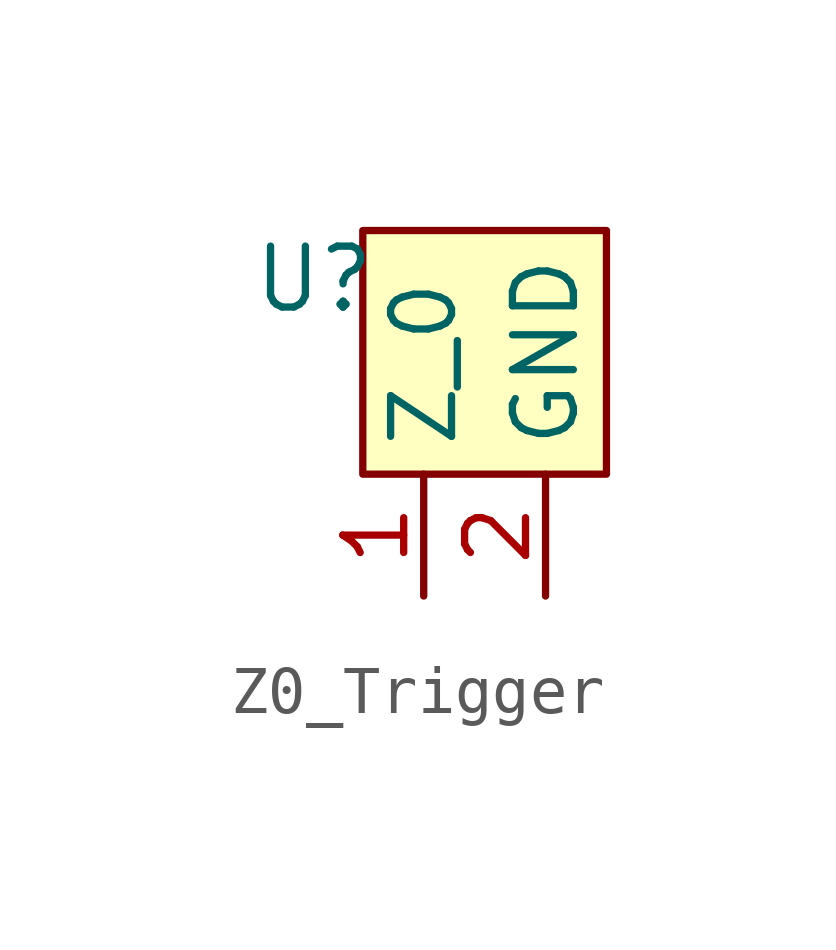
<source format=kicad_sym>
(kicad_symbol_lib
  (version 20231120)
  (generator "kicad_symbol_editor")
  (generator_version "8.0")
  (symbol "Z0_Trigger"
    (property "Reference" "U"
      (at -1.016 4.064 0)
      (effects (font (size 1.27 1.27))))
    (property "Value" ""
      (at -2.54 3.048 0)
      (effects (font (size 1.27 1.27))))
    (symbol "Z0_Trigger_1_1"
      (rectangle (start 0 5.08) (end 5.08 0) (stroke (width 0) (type default)) (fill (type background)))
      (pin input line (at 1.27 -2.54 90) (length 2.54) (name "Z_0" (effects (font (size 1.27 1.27)))) (number "1" (effects (font (size 1.27 1.27)))))
      (pin input line (at 3.81 -2.54 90) (length 2.54) (name "GND" (effects (font (size 1.27 1.27)))) (number "2" (effects (font (size 1.27 1.27))))))))
</source>
